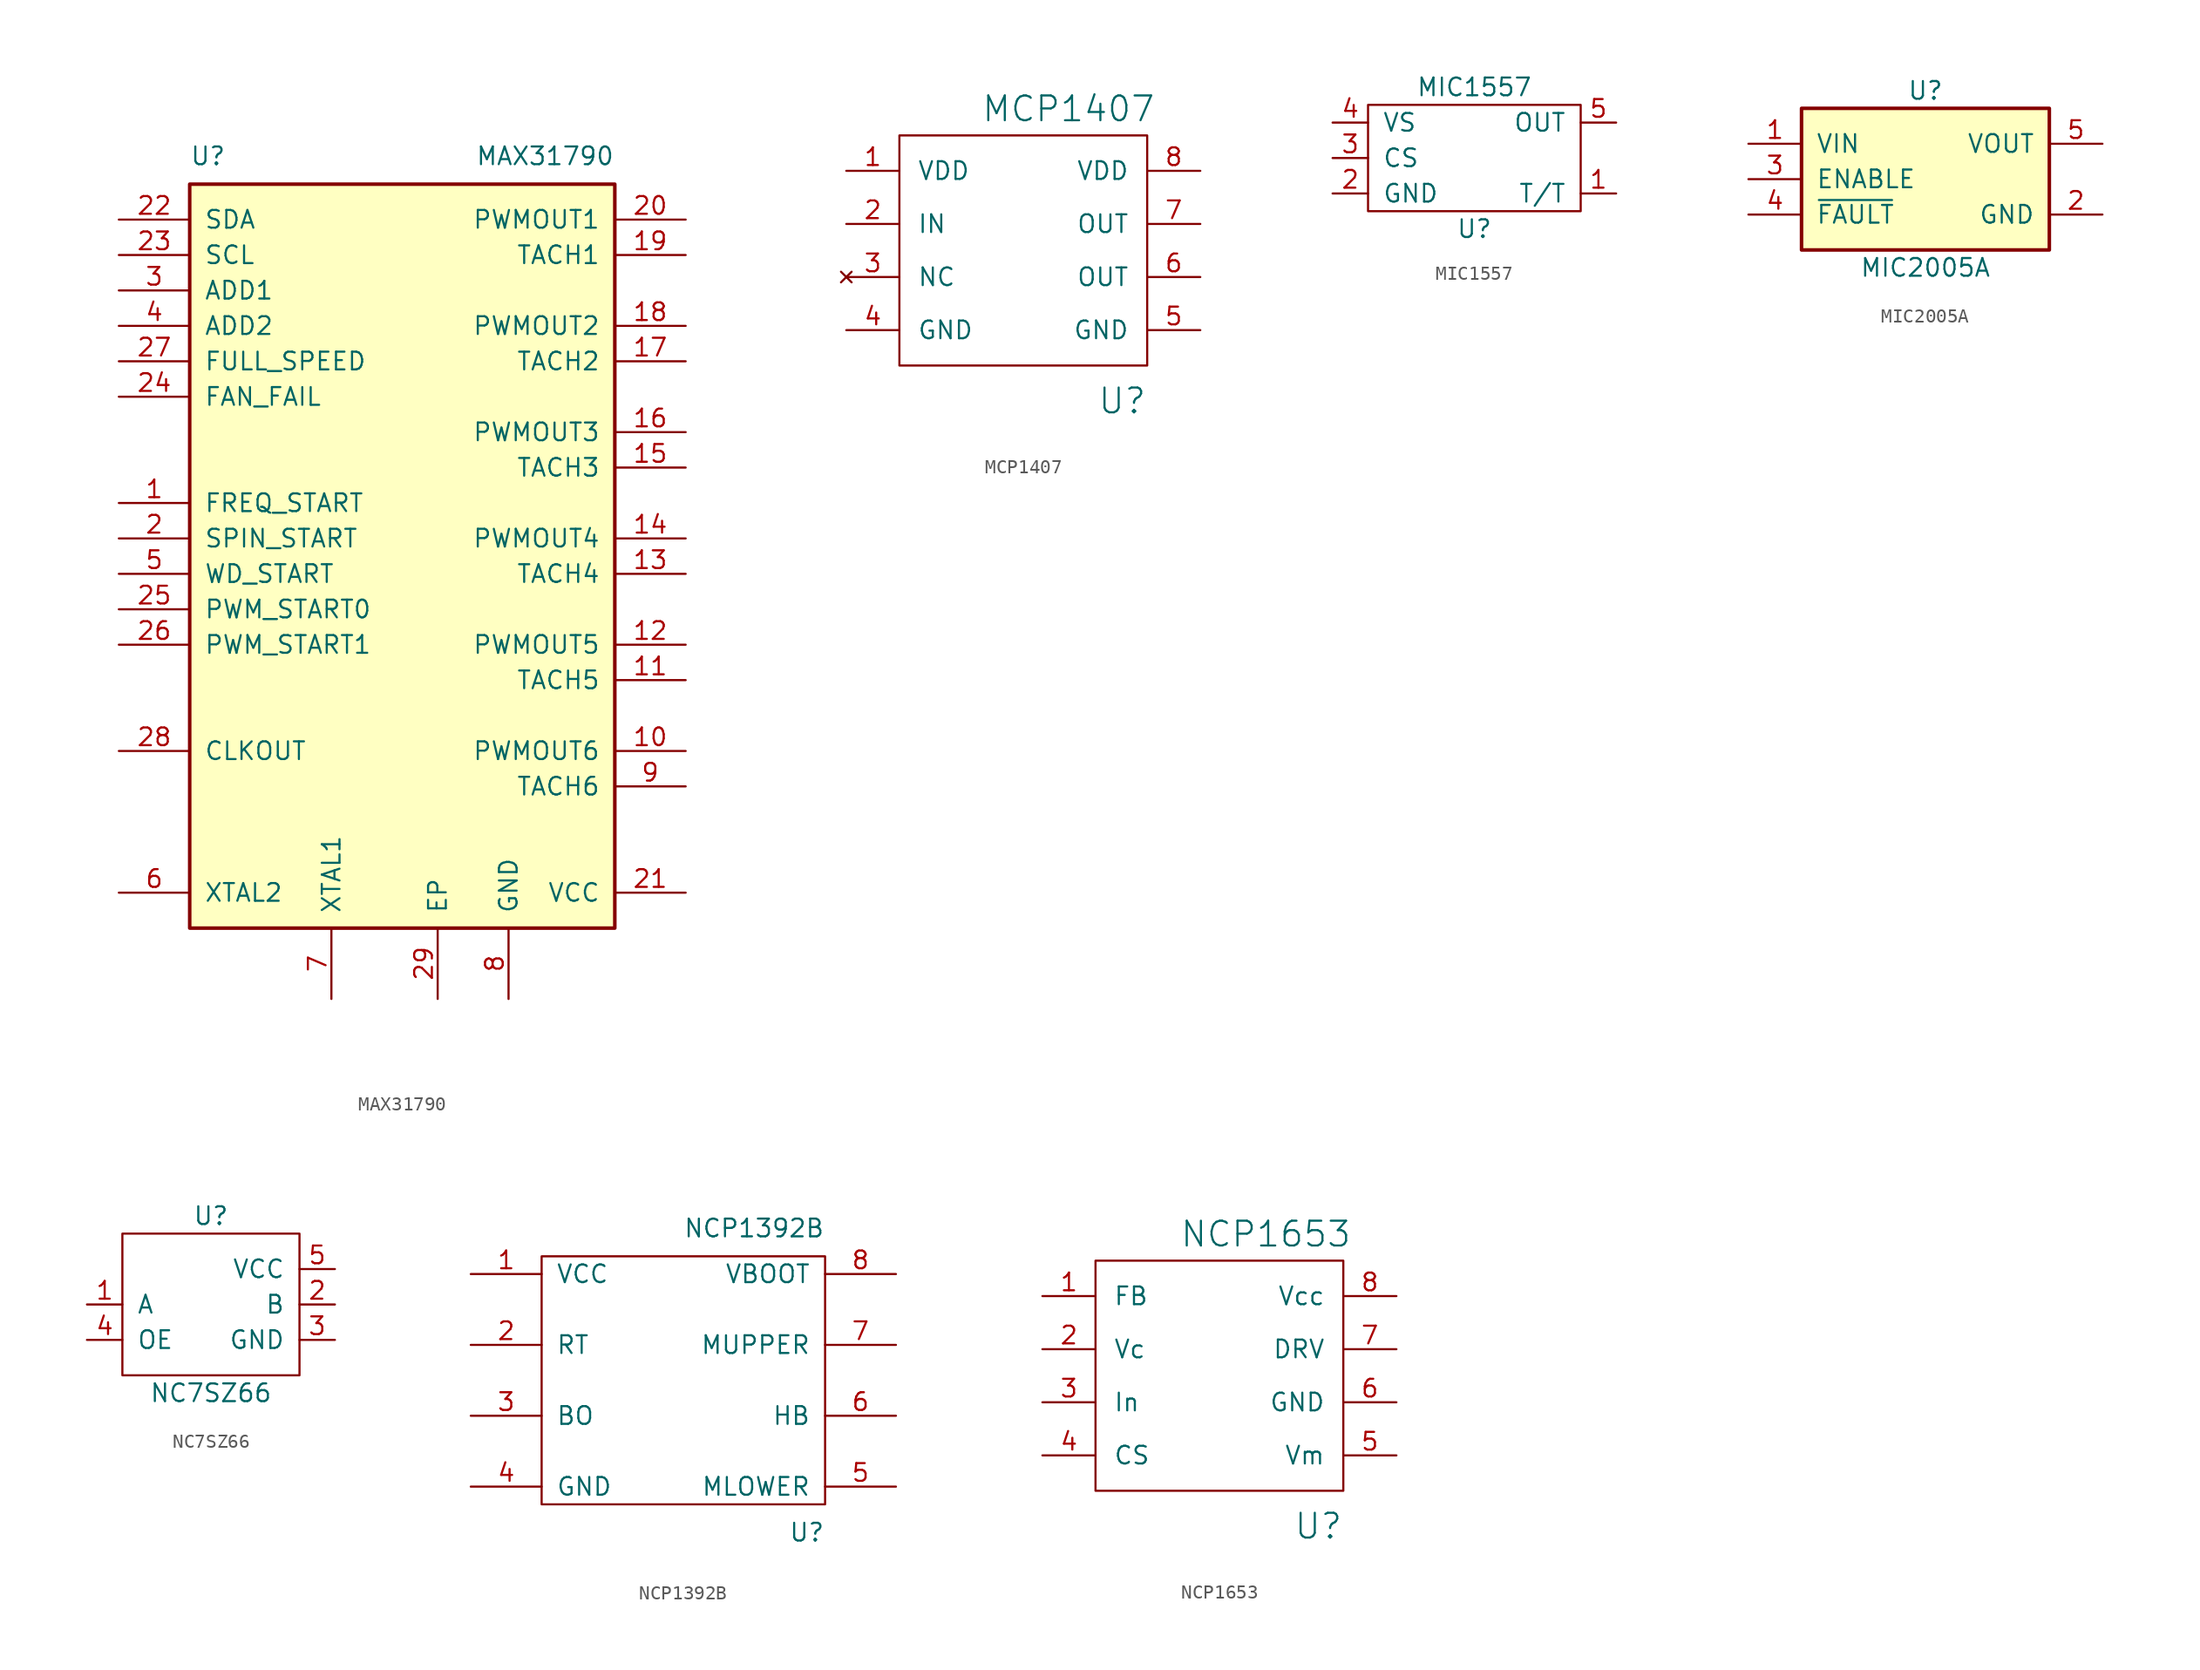
<source format=kicad_sym>
(kicad_symbol_lib
  (version 20211014)
  (generator kicad_symbol_editor)
  (symbol "MAX31790"
    (pin_names
      (offset 1.016))
    (property "Reference" "U"
      (at -15.24 24.13 0)
      (effects (font (size 1.27 1.27)) (justify left bottom)))
    (property "Value" "MAX31790"
      (at 15.24 24.13 0)
      (effects (font (size 1.27 1.27)) (justify right bottom)))
    (symbol "MAX31790_0_1"
      (rectangle (start -15.24 22.86) (end 15.24 -30.48) (stroke (width 0.254) (type default) (color 0 0 0 0)) (fill (type background))))
    (symbol "MAX31790_1_1"
      (pin input line (at -20.32 0 0) (length 5.08) (name "FREQ_START" (effects (font (size 1.27 1.27)))) (number "1" (effects (font (size 1.27 1.27)))))
      (pin output line (at 20.32 -17.78 180) (length 5.08) (name "PWMOUT6" (effects (font (size 1.27 1.27)))) (number "10" (effects (font (size 1.27 1.27)))))
      (pin input line (at 20.32 -12.7 180) (length 5.08) (name "TACH5" (effects (font (size 1.27 1.27)))) (number "11" (effects (font (size 1.27 1.27)))))
      (pin output line (at 20.32 -10.16 180) (length 5.08) (name "PWMOUT5" (effects (font (size 1.27 1.27)))) (number "12" (effects (font (size 1.27 1.27)))))
      (pin input line (at 20.32 -5.08 180) (length 5.08) (name "TACH4" (effects (font (size 1.27 1.27)))) (number "13" (effects (font (size 1.27 1.27)))))
      (pin output line (at 20.32 -2.54 180) (length 5.08) (name "PWMOUT4" (effects (font (size 1.27 1.27)))) (number "14" (effects (font (size 1.27 1.27)))))
      (pin input line (at 20.32 2.54 180) (length 5.08) (name "TACH3" (effects (font (size 1.27 1.27)))) (number "15" (effects (font (size 1.27 1.27)))))
      (pin output line (at 20.32 5.08 180) (length 5.08) (name "PWMOUT3" (effects (font (size 1.27 1.27)))) (number "16" (effects (font (size 1.27 1.27)))))
      (pin input line (at 20.32 10.16 180) (length 5.08) (name "TACH2" (effects (font (size 1.27 1.27)))) (number "17" (effects (font (size 1.27 1.27)))))
      (pin output line (at 20.32 12.7 180) (length 5.08) (name "PWMOUT2" (effects (font (size 1.27 1.27)))) (number "18" (effects (font (size 1.27 1.27)))))
      (pin input line (at 20.32 17.78 180) (length 5.08) (name "TACH1" (effects (font (size 1.27 1.27)))) (number "19" (effects (font (size 1.27 1.27)))))
      (pin input line (at -20.32 -2.54 0) (length 5.08) (name "SPIN_START" (effects (font (size 1.27 1.27)))) (number "2" (effects (font (size 1.27 1.27)))))
      (pin output line (at 20.32 20.32 180) (length 5.08) (name "PWMOUT1" (effects (font (size 1.27 1.27)))) (number "20" (effects (font (size 1.27 1.27)))))
      (pin power_in line (at 20.32 -27.94 180) (length 5.08) (name "VCC" (effects (font (size 1.27 1.27)))) (number "21" (effects (font (size 1.27 1.27)))))
      (pin bidirectional line (at -20.32 20.32 0) (length 5.08) (name "SDA" (effects (font (size 1.27 1.27)))) (number "22" (effects (font (size 1.27 1.27)))))
      (pin input line (at -20.32 17.78 0) (length 5.08) (name "SCL" (effects (font (size 1.27 1.27)))) (number "23" (effects (font (size 1.27 1.27)))))
      (pin output line (at -20.32 7.62 0) (length 5.08) (name "FAN_FAIL" (effects (font (size 1.27 1.27)))) (number "24" (effects (font (size 1.27 1.27)))))
      (pin input line (at -20.32 -7.62 0) (length 5.08) (name "PWM_START0" (effects (font (size 1.27 1.27)))) (number "25" (effects (font (size 1.27 1.27)))))
      (pin input line (at -20.32 -10.16 0) (length 5.08) (name "PWM_START1" (effects (font (size 1.27 1.27)))) (number "26" (effects (font (size 1.27 1.27)))))
      (pin input line (at -20.32 10.16 0) (length 5.08) (name "FULL_SPEED" (effects (font (size 1.27 1.27)))) (number "27" (effects (font (size 1.27 1.27)))))
      (pin output line (at -20.32 -17.78 0) (length 5.08) (name "CLKOUT" (effects (font (size 1.27 1.27)))) (number "28" (effects (font (size 1.27 1.27)))))
      (pin passive line (at 2.54 -35.56 90) (length 5.08) (name "EP" (effects (font (size 1.27 1.27)))) (number "29" (effects (font (size 1.27 1.27)))))
      (pin input line (at -20.32 15.24 0) (length 5.08) (name "ADD1" (effects (font (size 1.27 1.27)))) (number "3" (effects (font (size 1.27 1.27)))))
      (pin input line (at -20.32 12.7 0) (length 5.08) (name "ADD2" (effects (font (size 1.27 1.27)))) (number "4" (effects (font (size 1.27 1.27)))))
      (pin input line (at -20.32 -5.08 0) (length 5.08) (name "WD_START" (effects (font (size 1.27 1.27)))) (number "5" (effects (font (size 1.27 1.27)))))
      (pin bidirectional line (at -20.32 -27.94 0) (length 5.08) (name "XTAL2" (effects (font (size 1.27 1.27)))) (number "6" (effects (font (size 1.27 1.27)))))
      (pin bidirectional line (at -5.08 -35.56 90) (length 5.08) (name "XTAL1" (effects (font (size 1.27 1.27)))) (number "7" (effects (font (size 1.27 1.27)))))
      (pin power_out line (at 7.62 -35.56 90) (length 5.08) (name "GND" (effects (font (size 1.27 1.27)))) (number "8" (effects (font (size 1.27 1.27)))))
      (pin input line (at 20.32 -20.32 180) (length 5.08) (name "TACH6" (effects (font (size 1.27 1.27)))) (number "9" (effects (font (size 1.27 1.27)))))))
  (symbol "MCP1407"
    (pin_names
      (offset 1.27))
    (property "Reference" "U"
      (at 8.89 -11.43 0)
      (effects (font (size 1.778 1.778)) (justify right)))
    (property "Value" "MCP1407"
      (at 9.525 9.525 0)
      (effects (font (size 1.778 1.778)) (justify right)))
    (property "Footprint" ""
      (at 0 0 0)
      (effects (font (size 1.524 1.524))))
    (property "Datasheet" ""
      (at 0 0 0)
      (effects (font (size 1.524 1.524))))
    (symbol "MCP1407_0_1"
      (rectangle (start -8.89 -8.89) (end 8.89 7.62) (stroke (width 0) (type default) (color 0 0 0 0)) (fill (type none))))
    (symbol "MCP1407_1_1"
      (pin power_in line (at -12.7 5.08 0) (length 3.81) (name "VDD" (effects (font (size 1.27 1.27)))) (number "1" (effects (font (size 1.27 1.27)))))
      (pin input line (at -12.7 1.27 0) (length 3.81) (name "IN" (effects (font (size 1.27 1.27)))) (number "2" (effects (font (size 1.27 1.27)))))
      (pin no_connect line (at -12.7 -2.54 0) (length 3.81) (name "NC" (effects (font (size 1.27 1.27)))) (number "3" (effects (font (size 1.27 1.27)))))
      (pin power_in line (at -12.7 -6.35 0) (length 3.81) (name "GND" (effects (font (size 1.27 1.27)))) (number "4" (effects (font (size 1.27 1.27)))))
      (pin power_in line (at 12.7 -6.35 180) (length 3.81) (name "GND" (effects (font (size 1.27 1.27)))) (number "5" (effects (font (size 1.27 1.27)))))
      (pin output line (at 12.7 -2.54 180) (length 3.81) (name "OUT" (effects (font (size 1.27 1.27)))) (number "6" (effects (font (size 1.27 1.27)))))
      (pin output line (at 12.7 1.27 180) (length 3.81) (name "OUT" (effects (font (size 1.27 1.27)))) (number "7" (effects (font (size 1.27 1.27)))))
      (pin power_in line (at 12.7 5.08 180) (length 3.81) (name "VDD" (effects (font (size 1.27 1.27)))) (number "8" (effects (font (size 1.27 1.27)))))))
  (symbol "MIC1557"
    (pin_names
      (offset 1.016))
    (property "Reference" "U"
      (at 0 -5.08 0)
      (effects (font (size 1.27 1.27))))
    (property "Value" "MIC1557"
      (at 0 5.08 0)
      (effects (font (size 1.27 1.27))))
    (symbol "MIC1557_0_1"
      (rectangle (start -7.62 3.81) (end 7.62 -3.81) (stroke (width 0) (type default) (color 0 0 0 0)) (fill (type none))))
    (symbol "MIC1557_1_1"
      (pin input line (at 10.16 -2.54 180) (length 2.54) (name "T/T" (effects (font (size 1.27 1.27)))) (number "1" (effects (font (size 1.27 1.27)))))
      (pin power_out line (at -10.16 -2.54 0) (length 2.54) (name "GND" (effects (font (size 1.27 1.27)))) (number "2" (effects (font (size 1.27 1.27)))))
      (pin input line (at -10.16 0 0) (length 2.54) (name "CS" (effects (font (size 1.27 1.27)))) (number "3" (effects (font (size 1.27 1.27)))))
      (pin power_in line (at -10.16 2.54 0) (length 2.54) (name "VS" (effects (font (size 1.27 1.27)))) (number "4" (effects (font (size 1.27 1.27)))))
      (pin output line (at 10.16 2.54 180) (length 2.54) (name "OUT" (effects (font (size 1.27 1.27)))) (number "5" (effects (font (size 1.27 1.27)))))))
  (symbol "MIC2005A"
    (pin_names
      (offset 1.016))
    (property "Reference" "U"
      (at 0 6.35 0)
      (effects (font (size 1.27 1.27))))
    (property "Value" "MIC2005A"
      (at 0 -6.35 0)
      (effects (font (size 1.27 1.27))))
    (symbol "MIC2005A_0_1"
      (rectangle (start -8.89 5.08) (end 8.89 -5.08) (stroke (width 0.254) (type default) (color 0 0 0 0)) (fill (type background))))
    (symbol "MIC2005A_1_1"
      (pin power_in line (at -12.7 2.54 0) (length 3.81) (name "VIN" (effects (font (size 1.27 1.27)))) (number "1" (effects (font (size 1.27 1.27)))))
      (pin power_out line (at 12.7 -2.54 180) (length 3.81) (name "GND" (effects (font (size 1.27 1.27)))) (number "2" (effects (font (size 1.27 1.27)))))
      (pin input line (at -12.7 0 0) (length 3.81) (name "ENABLE" (effects (font (size 1.27 1.27)))) (number "3" (effects (font (size 1.27 1.27)))))
      (pin output line (at -12.7 -2.54 0) (length 3.81) (name "~{FAULT}" (effects (font (size 1.27 1.27)))) (number "4" (effects (font (size 1.27 1.27)))))
      (pin power_out line (at 12.7 2.54 180) (length 3.81) (name "VOUT" (effects (font (size 1.27 1.27)))) (number "5" (effects (font (size 1.27 1.27)))))))
  (symbol "NC7SZ66"
    (pin_names
      (offset 1.016))
    (property "Reference" "U"
      (at 0 6.35 0)
      (effects (font (size 1.27 1.27))))
    (property "Value" "NC7SZ66"
      (at 0 -6.35 0)
      (effects (font (size 1.27 1.27))))
    (symbol "NC7SZ66_0_1"
      (rectangle (start -6.35 5.08) (end 6.35 -5.08) (stroke (width 0) (type default) (color 0 0 0 0)) (fill (type none))))
    (symbol "NC7SZ66_1_1"
      (pin bidirectional line (at -8.89 0 0) (length 2.54) (name "A" (effects (font (size 1.27 1.27)))) (number "1" (effects (font (size 1.27 1.27)))))
      (pin bidirectional line (at 8.89 0 180) (length 2.54) (name "B" (effects (font (size 1.27 1.27)))) (number "2" (effects (font (size 1.27 1.27)))))
      (pin power_out line (at 8.89 -2.54 180) (length 2.54) (name "GND" (effects (font (size 1.27 1.27)))) (number "3" (effects (font (size 1.27 1.27)))))
      (pin input line (at -8.89 -2.54 0) (length 2.54) (name "OE" (effects (font (size 1.27 1.27)))) (number "4" (effects (font (size 1.27 1.27)))))
      (pin power_in line (at 8.89 2.54 180) (length 2.54) (name "VCC" (effects (font (size 1.27 1.27)))) (number "5" (effects (font (size 1.27 1.27)))))))
  (symbol "NCP1392B"
    (pin_names
      (offset 1.016))
    (property "Reference" "U"
      (at 10.16 -10.16 0)
      (effects (font (size 1.27 1.27)) (justify right top)))
    (property "Value" "NCP1392B"
      (at 10.16 10.16 0)
      (effects (font (size 1.27 1.27)) (justify right bottom)))
    (symbol "NCP1392B_0_1"
      (rectangle (start 10.16 8.89) (end -10.16 -8.89) (stroke (width 0) (type default) (color 0 0 0 0)) (fill (type none))))
    (symbol "NCP1392B_1_1"
      (pin power_in line (at -15.24 7.62 0) (length 5.08) (name "VCC" (effects (font (size 1.27 1.27)))) (number "1" (effects (font (size 1.27 1.27)))))
      (pin input line (at -15.24 2.54 0) (length 5.08) (name "RT" (effects (font (size 1.27 1.27)))) (number "2" (effects (font (size 1.27 1.27)))))
      (pin input line (at -15.24 -2.54 0) (length 5.08) (name "BO" (effects (font (size 1.27 1.27)))) (number "3" (effects (font (size 1.27 1.27)))))
      (pin power_out line (at -15.24 -7.62 0) (length 5.08) (name "GND" (effects (font (size 1.27 1.27)))) (number "4" (effects (font (size 1.27 1.27)))))
      (pin output line (at 15.24 -7.62 180) (length 5.08) (name "MLOWER" (effects (font (size 1.27 1.27)))) (number "5" (effects (font (size 1.27 1.27)))))
      (pin power_out line (at 15.24 -2.54 180) (length 5.08) (name "HB" (effects (font (size 1.27 1.27)))) (number "6" (effects (font (size 1.27 1.27)))))
      (pin output line (at 15.24 2.54 180) (length 5.08) (name "MUPPER" (effects (font (size 1.27 1.27)))) (number "7" (effects (font (size 1.27 1.27)))))
      (pin power_in line (at 15.24 7.62 180) (length 5.08) (name "VBOOT" (effects (font (size 1.27 1.27)))) (number "8" (effects (font (size 1.27 1.27)))))))
  (symbol "NCP1653"
    (pin_names
      (offset 1.27))
    (property "Reference" "U"
      (at 8.89 -11.43 0)
      (effects (font (size 1.778 1.778)) (justify right)))
    (property "Value" "NCP1653"
      (at 9.525 9.525 0)
      (effects (font (size 1.778 1.778)) (justify right)))
    (property "Footprint" ""
      (at 0 0 0)
      (effects (font (size 1.524 1.524))))
    (property "Datasheet" ""
      (at 0 0 0)
      (effects (font (size 1.524 1.524))))
    (symbol "NCP1653_0_1"
      (rectangle (start -8.89 -8.89) (end 8.89 7.62) (stroke (width 0) (type default) (color 0 0 0 0)) (fill (type none))))
    (symbol "NCP1653_1_1"
      (pin input line (at -12.7 5.08 0) (length 3.81) (name "FB" (effects (font (size 1.27 1.27)))) (number "1" (effects (font (size 1.27 1.27)))))
      (pin input line (at -12.7 1.27 0) (length 3.81) (name "Vc" (effects (font (size 1.27 1.27)))) (number "2" (effects (font (size 1.27 1.27)))))
      (pin input line (at -12.7 -2.54 0) (length 3.81) (name "In" (effects (font (size 1.27 1.27)))) (number "3" (effects (font (size 1.27 1.27)))))
      (pin input line (at -12.7 -6.35 0) (length 3.81) (name "CS" (effects (font (size 1.27 1.27)))) (number "4" (effects (font (size 1.27 1.27)))))
      (pin passive line (at 12.7 -6.35 180) (length 3.81) (name "Vm" (effects (font (size 1.27 1.27)))) (number "5" (effects (font (size 1.27 1.27)))))
      (pin power_in line (at 12.7 -2.54 180) (length 3.81) (name "GND" (effects (font (size 1.27 1.27)))) (number "6" (effects (font (size 1.27 1.27)))))
      (pin output line (at 12.7 1.27 180) (length 3.81) (name "DRV" (effects (font (size 1.27 1.27)))) (number "7" (effects (font (size 1.27 1.27)))))
      (pin power_in line (at 12.7 5.08 180) (length 3.81) (name "Vcc" (effects (font (size 1.27 1.27)))) (number "8" (effects (font (size 1.27 1.27))))))))
</source>
